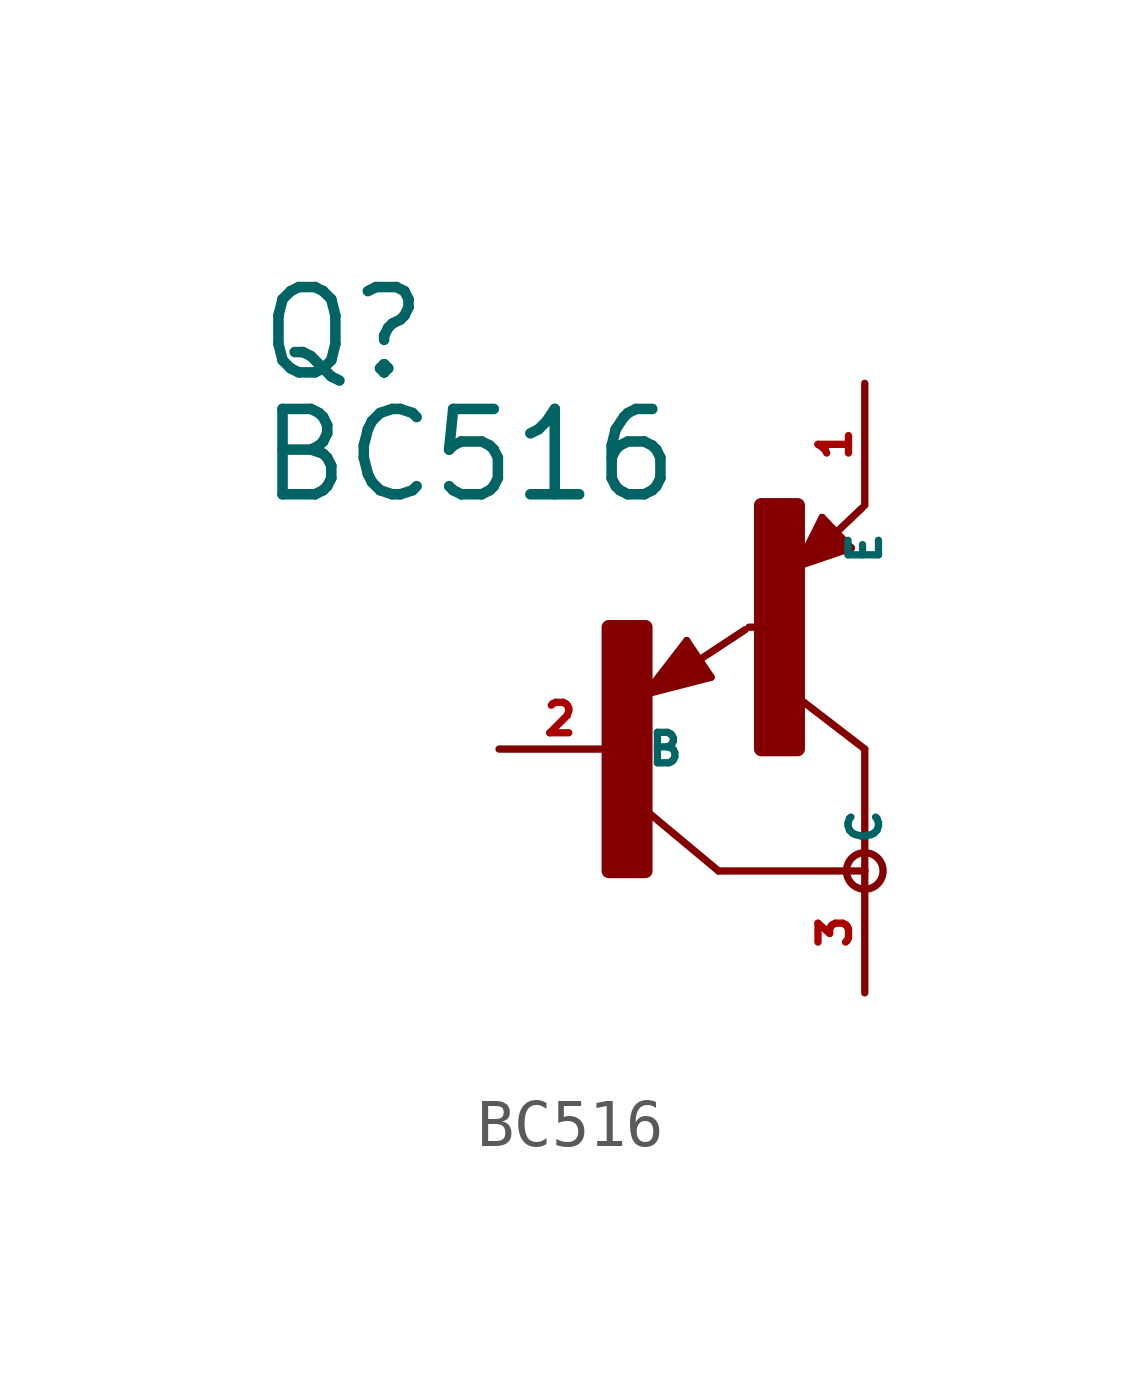
<source format=kicad_sym>
(kicad_symbol_lib
  (version 20220914)
  (generator Eagle2Kicad)
  (symbol "BC516"
    (property "Reference" "Q"
      (at -7.62 7.62 0)
      (effects (font (size 1.778 1.778) (thickness 0.22)) (justify left bottom)))
    (property "Value" "BC516"
      (at -7.62 5.08 0)
      (effects (font (size 1.778 1.778) (thickness 0.22)) (justify left bottom)))
    (polyline
      (pts (xy 5.08 -2.54) (xy 2.032 -2.54))
      (stroke (width 0.152) (type default))
      (fill (type none)))
    (polyline
      (pts (xy 2.032 -2.54) (xy 0.508 -1.27))
      (stroke (width 0.152) (type default))
      (fill (type none)))
    (polyline
      (pts (xy 5.08 0) (xy 3.429 1.27))
      (stroke (width 0.152) (type default))
      (fill (type none)))
    (polyline
      (pts (xy 1.37 2.259) (xy 0.508 1.143))
      (stroke (width 0.152) (type default))
      (fill (type none)))
    (polyline
      (pts (xy 1.878 1.497) (xy 1.37 2.259))
      (stroke (width 0.152) (type default))
      (fill (type none)))
    (polyline
      (pts (xy 0.508 1.143) (xy 1.878 1.497))
      (stroke (width 0.152) (type default))
      (fill (type none)))
    (polyline
      (pts (xy 1.608 1.843) (xy 2.586 2.486))
      (stroke (width 0.152) (type default))
      (fill (type none)))
    (polyline
      (pts (xy 0.635 1.27) (xy 1.397 2.159))
      (stroke (width 0.127) (type default))
      (fill (type none)))
    (polyline
      (pts (xy 1.397 2.159) (xy 1.778 1.524))
      (stroke (width 0.127) (type default))
      (fill (type none)))
    (polyline
      (pts (xy 1.778 1.524) (xy 0.762 1.27))
      (stroke (width 0.127) (type default))
      (fill (type none)))
    (polyline
      (pts (xy 0.762 1.27) (xy 1.397 2.032))
      (stroke (width 0.127) (type default))
      (fill (type none)))
    (polyline
      (pts (xy 1.397 2.032) (xy 1.651 1.651))
      (stroke (width 0.127) (type default))
      (fill (type none)))
    (polyline
      (pts (xy 1.651 1.651) (xy 0.889 1.397))
      (stroke (width 0.254) (type default))
      (fill (type none)))
    (polyline
      (pts (xy 0.889 1.397) (xy 1.397 1.905))
      (stroke (width 0.254) (type default))
      (fill (type none)))
    (polyline
      (pts (xy 1.397 1.905) (xy 1.397 1.778))
      (stroke (width 0.254) (type default))
      (fill (type none)))
    (polyline
      (pts (xy 3.683 3.81) (xy 4.799 4.191))
      (stroke (width 0.152) (type default))
      (fill (type none)))
    (polyline
      (pts (xy 4.191 4.826) (xy 3.683 3.81))
      (stroke (width 0.152) (type default))
      (fill (type none)))
    (polyline
      (pts (xy 4.799 4.191) (xy 4.191 4.826))
      (stroke (width 0.152) (type default))
      (fill (type none)))
    (polyline
      (pts (xy 4.483 4.51) (xy 5.026 5.026))
      (stroke (width 0.152) (type default))
      (fill (type none)))
    (polyline
      (pts (xy 3.81 3.937) (xy 4.191 4.699))
      (stroke (width 0.127) (type default))
      (fill (type none)))
    (polyline
      (pts (xy 4.191 4.699) (xy 4.699 4.191))
      (stroke (width 0.127) (type default))
      (fill (type none)))
    (polyline
      (pts (xy 4.699 4.191) (xy 3.937 3.937))
      (stroke (width 0.127) (type default))
      (fill (type none)))
    (polyline
      (pts (xy 3.937 3.937) (xy 4.191 4.572))
      (stroke (width 0.127) (type default))
      (fill (type none)))
    (polyline
      (pts (xy 4.191 4.572) (xy 4.572 4.191))
      (stroke (width 0.254) (type default))
      (fill (type none)))
    (polyline
      (pts (xy 4.572 4.191) (xy 4.064 4.064))
      (stroke (width 0.254) (type default))
      (fill (type none)))
    (polyline
      (pts (xy 4.064 4.064) (xy 4.191 4.318))
      (stroke (width 0.254) (type default))
      (fill (type none)))
    (polyline
      (pts (xy 4.191 4.318) (xy 4.318 4.318))
      (stroke (width 0.254) (type default))
      (fill (type none)))
    (polyline
      (pts (xy 5.08 -2.54) (xy 5.08 0))
      (stroke (width 0.152) (type default))
      (fill (type none)))
    (polyline
      (pts (xy 2.667 2.54) (xy 2.921 2.54))
      (stroke (width 0.152) (type default))
      (fill (type none)))
    (circle
      (center 5.08 -2.54)
      (radius 0.381)
      (stroke (width 0) (type default))
      (fill (type none)))
    (rectangle
      (start -0.254 -2.54)
      (end 0.508 2.54)
      (stroke (width 0.3) (type default))
      (fill (type outline)))
    (rectangle
      (start 2.921 0)
      (end 3.683 5.08)
      (stroke (width 0.3) (type default))
      (fill (type outline)))
    (pin passive line
      (at -2.54 0 0)
      (length 2.54)
      (name "B" (effects (font (size 0.635 0.635) (thickness 0.08)) (justify left bottom)))
      (number "2" (effects (font (size 0.635 0.635) (thickness 0.08)) (justify left bottom))))
    (pin passive line
      (at 5.08 7.62 270)
      (length 2.54)
      (name "E" (effects (font (size 0.635 0.635) (thickness 0.08)) (justify left bottom)))
      (number "1" (effects (font (size 0.635 0.635) (thickness 0.08)) (justify left bottom))))
    (pin passive line
      (at 5.08 -5.08 90)
      (length 2.54)
      (name "C" (effects (font (size 0.635 0.635) (thickness 0.08)) (justify left bottom)))
      (number "3" (effects (font (size 0.635 0.635) (thickness 0.08)) (justify left bottom))))))
</source>
